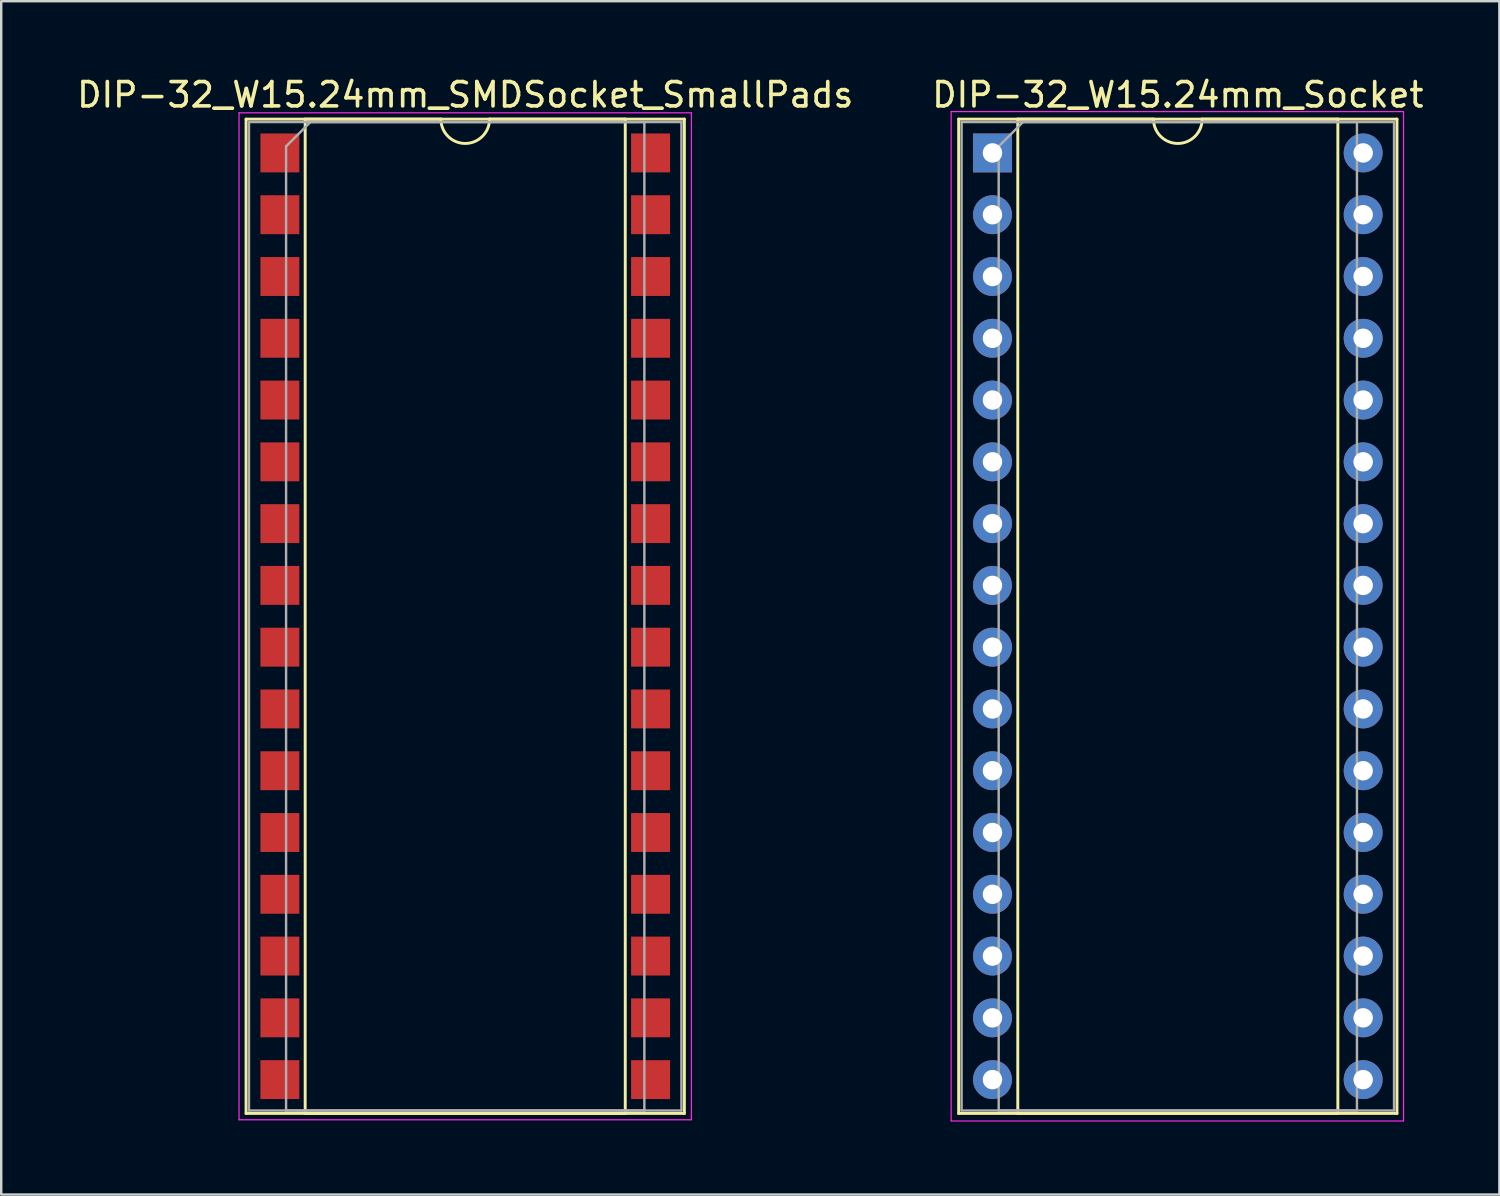
<source format=kicad_pcb>
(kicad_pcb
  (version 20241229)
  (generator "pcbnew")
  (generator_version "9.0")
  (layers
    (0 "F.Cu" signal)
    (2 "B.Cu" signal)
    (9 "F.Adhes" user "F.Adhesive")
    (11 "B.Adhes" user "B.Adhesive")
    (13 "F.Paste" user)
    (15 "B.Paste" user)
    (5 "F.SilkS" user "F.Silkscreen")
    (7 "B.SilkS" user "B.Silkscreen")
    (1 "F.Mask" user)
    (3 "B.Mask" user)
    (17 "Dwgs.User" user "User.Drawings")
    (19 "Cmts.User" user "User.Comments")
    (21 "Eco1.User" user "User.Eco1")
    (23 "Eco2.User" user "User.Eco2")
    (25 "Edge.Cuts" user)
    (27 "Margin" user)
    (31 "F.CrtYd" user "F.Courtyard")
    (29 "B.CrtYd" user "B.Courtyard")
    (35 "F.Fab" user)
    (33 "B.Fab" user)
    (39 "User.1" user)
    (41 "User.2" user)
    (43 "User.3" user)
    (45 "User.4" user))
  (footprint "DIP-32_W15.24mm_Socket"
    (layer "F.Cu")
    (at 37.755 3.238)
    (property "Reference" "DIP-32_W15.24mm_Socket" (at 7.62 -2.39 0) (layer "F.SilkS") (effects (font (size 1 1) (thickness 0.15))))
    (attr through_hole)
    (fp_line (start -1.39 -1.39) (end -1.39 39.49) (stroke (width 0.12) (type solid)) (layer "F.SilkS"))
    (fp_line (start -1.39 39.49) (end 16.63 39.49) (stroke (width 0.12) (type solid)) (layer "F.SilkS"))
    (fp_line (start 1.04 -1.39) (end 1.04 39.49) (stroke (width 0.12) (type solid)) (layer "F.SilkS"))
    (fp_line (start 1.04 39.49) (end 14.2 39.49) (stroke (width 0.12) (type solid)) (layer "F.SilkS"))
    (fp_line (start 6.62 -1.39) (end 1.04 -1.39) (stroke (width 0.12) (type solid)) (layer "F.SilkS"))
    (fp_line (start 14.2 -1.39) (end 8.62 -1.39) (stroke (width 0.12) (type solid)) (layer "F.SilkS"))
    (fp_line (start 14.2 39.49) (end 14.2 -1.39) (stroke (width 0.12) (type solid)) (layer "F.SilkS"))
    (fp_line (start 16.63 -1.39) (end -1.39 -1.39) (stroke (width 0.12) (type solid)) (layer "F.SilkS"))
    (fp_line (start 16.63 39.49) (end 16.63 -1.39) (stroke (width 0.12) (type solid)) (layer "F.SilkS"))
    (fp_arc (start 8.62 -1.39) (mid 7.62 -0.39) (end 6.62 -1.39) (stroke (width 0.12) (type solid)) (layer "F.SilkS"))
    (fp_line (start -1.7 -1.7) (end -1.7 39.8) (stroke (width 0.05) (type solid)) (layer "F.CrtYd"))
    (fp_line (start -1.7 39.8) (end 16.9 39.8) (stroke (width 0.05) (type solid)) (layer "F.CrtYd"))
    (fp_line (start 16.9 -1.7) (end -1.7 -1.7) (stroke (width 0.05) (type solid)) (layer "F.CrtYd"))
    (fp_line (start 16.9 39.8) (end 16.9 -1.7) (stroke (width 0.05) (type solid)) (layer "F.CrtYd"))
    (fp_line (start -1.27 -1.27) (end -1.27 39.37) (stroke (width 0.1) (type solid)) (layer "F.Fab"))
    (fp_line (start -1.27 39.37) (end 16.51 39.37) (stroke (width 0.1) (type solid)) (layer "F.Fab"))
    (fp_line (start 0.255 -0.27) (end 1.255 -1.27) (stroke (width 0.1) (type solid)) (layer "F.Fab"))
    (fp_line (start 0.255 39.37) (end 0.255 -0.27) (stroke (width 0.1) (type solid)) (layer "F.Fab"))
    (fp_line (start 1.255 -1.27) (end 14.985 -1.27) (stroke (width 0.1) (type solid)) (layer "F.Fab"))
    (fp_line (start 14.985 -1.27) (end 14.985 39.37) (stroke (width 0.1) (type solid)) (layer "F.Fab"))
    (fp_line (start 14.985 39.37) (end 0.255 39.37) (stroke (width 0.1) (type solid)) (layer "F.Fab"))
    (fp_line (start 16.51 -1.27) (end -1.27 -1.27) (stroke (width 0.1) (type solid)) (layer "F.Fab"))
    (fp_line (start 16.51 39.37) (end 16.51 -1.27) (stroke (width 0.1) (type solid)) (layer "F.Fab"))
    (pad "1" thru_hole rect (at 0 0) (size 1.6 1.6) (drill 0.8) (layers "*.Cu" "*.Mask"))
    (pad "2" thru_hole oval (at 0 2.54) (size 1.6 1.6) (drill 0.8) (layers "*.Cu" "*.Mask"))
    (pad "3" thru_hole oval (at 0 5.08) (size 1.6 1.6) (drill 0.8) (layers "*.Cu" "*.Mask"))
    (pad "4" thru_hole oval (at 0 7.62) (size 1.6 1.6) (drill 0.8) (layers "*.Cu" "*.Mask"))
    (pad "5" thru_hole oval (at 0 10.16) (size 1.6 1.6) (drill 0.8) (layers "*.Cu" "*.Mask"))
    (pad "6" thru_hole oval (at 0 12.7) (size 1.6 1.6) (drill 0.8) (layers "*.Cu" "*.Mask"))
    (pad "7" thru_hole oval (at 0 15.24) (size 1.6 1.6) (drill 0.8) (layers "*.Cu" "*.Mask"))
    (pad "8" thru_hole oval (at 0 17.78) (size 1.6 1.6) (drill 0.8) (layers "*.Cu" "*.Mask"))
    (pad "9" thru_hole oval (at 0 20.32) (size 1.6 1.6) (drill 0.8) (layers "*.Cu" "*.Mask"))
    (pad "10" thru_hole oval (at 0 22.86) (size 1.6 1.6) (drill 0.8) (layers "*.Cu" "*.Mask"))
    (pad "11" thru_hole oval (at 0 25.4) (size 1.6 1.6) (drill 0.8) (layers "*.Cu" "*.Mask"))
    (pad "12" thru_hole oval (at 0 27.94) (size 1.6 1.6) (drill 0.8) (layers "*.Cu" "*.Mask"))
    (pad "13" thru_hole oval (at 0 30.48) (size 1.6 1.6) (drill 0.8) (layers "*.Cu" "*.Mask"))
    (pad "14" thru_hole oval (at 0 33.02) (size 1.6 1.6) (drill 0.8) (layers "*.Cu" "*.Mask"))
    (pad "15" thru_hole oval (at 0 35.56) (size 1.6 1.6) (drill 0.8) (layers "*.Cu" "*.Mask"))
    (pad "16" thru_hole oval (at 0 38.1) (size 1.6 1.6) (drill 0.8) (layers "*.Cu" "*.Mask"))
    (pad "17" thru_hole oval (at 15.24 38.1) (size 1.6 1.6) (drill 0.8) (layers "*.Cu" "*.Mask"))
    (pad "18" thru_hole oval (at 15.24 35.56) (size 1.6 1.6) (drill 0.8) (layers "*.Cu" "*.Mask"))
    (pad "19" thru_hole oval (at 15.24 33.02) (size 1.6 1.6) (drill 0.8) (layers "*.Cu" "*.Mask"))
    (pad "20" thru_hole oval (at 15.24 30.48) (size 1.6 1.6) (drill 0.8) (layers "*.Cu" "*.Mask"))
    (pad "21" thru_hole oval (at 15.24 27.94) (size 1.6 1.6) (drill 0.8) (layers "*.Cu" "*.Mask"))
    (pad "22" thru_hole oval (at 15.24 25.4) (size 1.6 1.6) (drill 0.8) (layers "*.Cu" "*.Mask"))
    (pad "23" thru_hole oval (at 15.24 22.86) (size 1.6 1.6) (drill 0.8) (layers "*.Cu" "*.Mask"))
    (pad "24" thru_hole oval (at 15.24 20.32) (size 1.6 1.6) (drill 0.8) (layers "*.Cu" "*.Mask"))
    (pad "25" thru_hole oval (at 15.24 17.78) (size 1.6 1.6) (drill 0.8) (layers "*.Cu" "*.Mask"))
    (pad "26" thru_hole oval (at 15.24 15.24) (size 1.6 1.6) (drill 0.8) (layers "*.Cu" "*.Mask"))
    (pad "27" thru_hole oval (at 15.24 12.7) (size 1.6 1.6) (drill 0.8) (layers "*.Cu" "*.Mask"))
    (pad "28" thru_hole oval (at 15.24 10.16) (size 1.6 1.6) (drill 0.8) (layers "*.Cu" "*.Mask"))
    (pad "29" thru_hole oval (at 15.24 7.62) (size 1.6 1.6) (drill 0.8) (layers "*.Cu" "*.Mask"))
    (pad "30" thru_hole oval (at 15.24 5.08) (size 1.6 1.6) (drill 0.8) (layers "*.Cu" "*.Mask"))
    (pad "31" thru_hole oval (at 15.24 2.54) (size 1.6 1.6) (drill 0.8) (layers "*.Cu" "*.Mask"))
    (pad "32" thru_hole oval (at 15.24 0) (size 1.6 1.6) (drill 0.8) (layers "*.Cu" "*.Mask")))
  (footprint "DIP-32_W15.24mm_SMDSocket_SmallPads"
    (layer "F.Cu")
    (at 16.077 22.288)
    (property "Reference" "DIP-32_W15.24mm_SMDSocket_SmallPads" (at 0 -21.44 0) (layer "F.SilkS") (effects (font (size 1 1) (thickness 0.15))))
    (attr smd)
    (fp_line (start -9.01 -20.44) (end -9.01 20.44) (stroke (width 0.12) (type solid)) (layer "F.SilkS"))
    (fp_line (start -9.01 20.44) (end 9.01 20.44) (stroke (width 0.12) (type solid)) (layer "F.SilkS"))
    (fp_line (start -6.58 -20.44) (end -6.58 20.44) (stroke (width 0.12) (type solid)) (layer "F.SilkS"))
    (fp_line (start -6.58 20.44) (end 6.58 20.44) (stroke (width 0.12) (type solid)) (layer "F.SilkS"))
    (fp_line (start -1 -20.44) (end -6.58 -20.44) (stroke (width 0.12) (type solid)) (layer "F.SilkS"))
    (fp_line (start 6.58 -20.44) (end 1 -20.44) (stroke (width 0.12) (type solid)) (layer "F.SilkS"))
    (fp_line (start 6.58 20.44) (end 6.58 -20.44) (stroke (width 0.12) (type solid)) (layer "F.SilkS"))
    (fp_line (start 9.01 -20.44) (end -9.01 -20.44) (stroke (width 0.12) (type solid)) (layer "F.SilkS"))
    (fp_line (start 9.01 20.44) (end 9.01 -20.44) (stroke (width 0.12) (type solid)) (layer "F.SilkS"))
    (fp_arc (start 1 -20.44) (mid 0 -19.44) (end -1 -20.44) (stroke (width 0.12) (type solid)) (layer "F.SilkS"))
    (fp_line (start -9.3 -20.7) (end -9.3 20.7) (stroke (width 0.05) (type solid)) (layer "F.CrtYd"))
    (fp_line (start -9.3 20.7) (end 9.3 20.7) (stroke (width 0.05) (type solid)) (layer "F.CrtYd"))
    (fp_line (start 9.3 -20.7) (end -9.3 -20.7) (stroke (width 0.05) (type solid)) (layer "F.CrtYd"))
    (fp_line (start 9.3 20.7) (end 9.3 -20.7) (stroke (width 0.05) (type solid)) (layer "F.CrtYd"))
    (fp_line (start -8.89 -20.32) (end -8.89 20.32) (stroke (width 0.1) (type solid)) (layer "F.Fab"))
    (fp_line (start -8.89 20.32) (end 8.89 20.32) (stroke (width 0.1) (type solid)) (layer "F.Fab"))
    (fp_line (start -7.365 -19.32) (end -6.365 -20.32) (stroke (width 0.1) (type solid)) (layer "F.Fab"))
    (fp_line (start -7.365 20.32) (end -7.365 -19.32) (stroke (width 0.1) (type solid)) (layer "F.Fab"))
    (fp_line (start -6.365 -20.32) (end 7.365 -20.32) (stroke (width 0.1) (type solid)) (layer "F.Fab"))
    (fp_line (start 7.365 -20.32) (end 7.365 20.32) (stroke (width 0.1) (type solid)) (layer "F.Fab"))
    (fp_line (start 7.365 20.32) (end -7.365 20.32) (stroke (width 0.1) (type solid)) (layer "F.Fab"))
    (fp_line (start 8.89 -20.32) (end -8.89 -20.32) (stroke (width 0.1) (type solid)) (layer "F.Fab"))
    (fp_line (start 8.89 20.32) (end 8.89 -20.32) (stroke (width 0.1) (type solid)) (layer "F.Fab"))
    (pad "1" smd rect (at -7.62 -19.05) (size 1.6 1.6) (layers "F.Cu" "F.Mask"))
    (pad "2" smd rect (at -7.62 -16.51) (size 1.6 1.6) (layers "F.Cu" "F.Mask"))
    (pad "3" smd rect (at -7.62 -13.97) (size 1.6 1.6) (layers "F.Cu" "F.Mask"))
    (pad "4" smd rect (at -7.62 -11.43) (size 1.6 1.6) (layers "F.Cu" "F.Mask"))
    (pad "5" smd rect (at -7.62 -8.89) (size 1.6 1.6) (layers "F.Cu" "F.Mask"))
    (pad "6" smd rect (at -7.62 -6.35) (size 1.6 1.6) (layers "F.Cu" "F.Mask"))
    (pad "7" smd rect (at -7.62 -3.81) (size 1.6 1.6) (layers "F.Cu" "F.Mask"))
    (pad "8" smd rect (at -7.62 -1.27) (size 1.6 1.6) (layers "F.Cu" "F.Mask"))
    (pad "9" smd rect (at -7.62 1.27) (size 1.6 1.6) (layers "F.Cu" "F.Mask"))
    (pad "10" smd rect (at -7.62 3.81) (size 1.6 1.6) (layers "F.Cu" "F.Mask"))
    (pad "11" smd rect (at -7.62 6.35) (size 1.6 1.6) (layers "F.Cu" "F.Mask"))
    (pad "12" smd rect (at -7.62 8.89) (size 1.6 1.6) (layers "F.Cu" "F.Mask"))
    (pad "13" smd rect (at -7.62 11.43) (size 1.6 1.6) (layers "F.Cu" "F.Mask"))
    (pad "14" smd rect (at -7.62 13.97) (size 1.6 1.6) (layers "F.Cu" "F.Mask"))
    (pad "15" smd rect (at -7.62 16.51) (size 1.6 1.6) (layers "F.Cu" "F.Mask"))
    (pad "16" smd rect (at -7.62 19.05) (size 1.6 1.6) (layers "F.Cu" "F.Mask"))
    (pad "17" smd rect (at 7.62 19.05) (size 1.6 1.6) (layers "F.Cu" "F.Mask"))
    (pad "18" smd rect (at 7.62 16.51) (size 1.6 1.6) (layers "F.Cu" "F.Mask"))
    (pad "19" smd rect (at 7.62 13.97) (size 1.6 1.6) (layers "F.Cu" "F.Mask"))
    (pad "20" smd rect (at 7.62 11.43) (size 1.6 1.6) (layers "F.Cu" "F.Mask"))
    (pad "21" smd rect (at 7.62 8.89) (size 1.6 1.6) (layers "F.Cu" "F.Mask"))
    (pad "22" smd rect (at 7.62 6.35) (size 1.6 1.6) (layers "F.Cu" "F.Mask"))
    (pad "23" smd rect (at 7.62 3.81) (size 1.6 1.6) (layers "F.Cu" "F.Mask"))
    (pad "24" smd rect (at 7.62 1.27) (size 1.6 1.6) (layers "F.Cu" "F.Mask"))
    (pad "25" smd rect (at 7.62 -1.27) (size 1.6 1.6) (layers "F.Cu" "F.Mask"))
    (pad "26" smd rect (at 7.62 -3.81) (size 1.6 1.6) (layers "F.Cu" "F.Mask"))
    (pad "27" smd rect (at 7.62 -6.35) (size 1.6 1.6) (layers "F.Cu" "F.Mask"))
    (pad "28" smd rect (at 7.62 -8.89) (size 1.6 1.6) (layers "F.Cu" "F.Mask"))
    (pad "29" smd rect (at 7.62 -11.43) (size 1.6 1.6) (layers "F.Cu" "F.Mask"))
    (pad "30" smd rect (at 7.62 -13.97) (size 1.6 1.6) (layers "F.Cu" "F.Mask"))
    (pad "31" smd rect (at 7.62 -16.51) (size 1.6 1.6) (layers "F.Cu" "F.Mask"))
    (pad "32" smd rect (at 7.62 -19.05) (size 1.6 1.6) (layers "F.Cu" "F.Mask")))
  (gr_rect
    (start -3 -3)
    (end 58.595 46.063)
    (stroke (width 0.1) (type default))
    (fill no)
    (layer "Edge.Cuts")))
</source>
